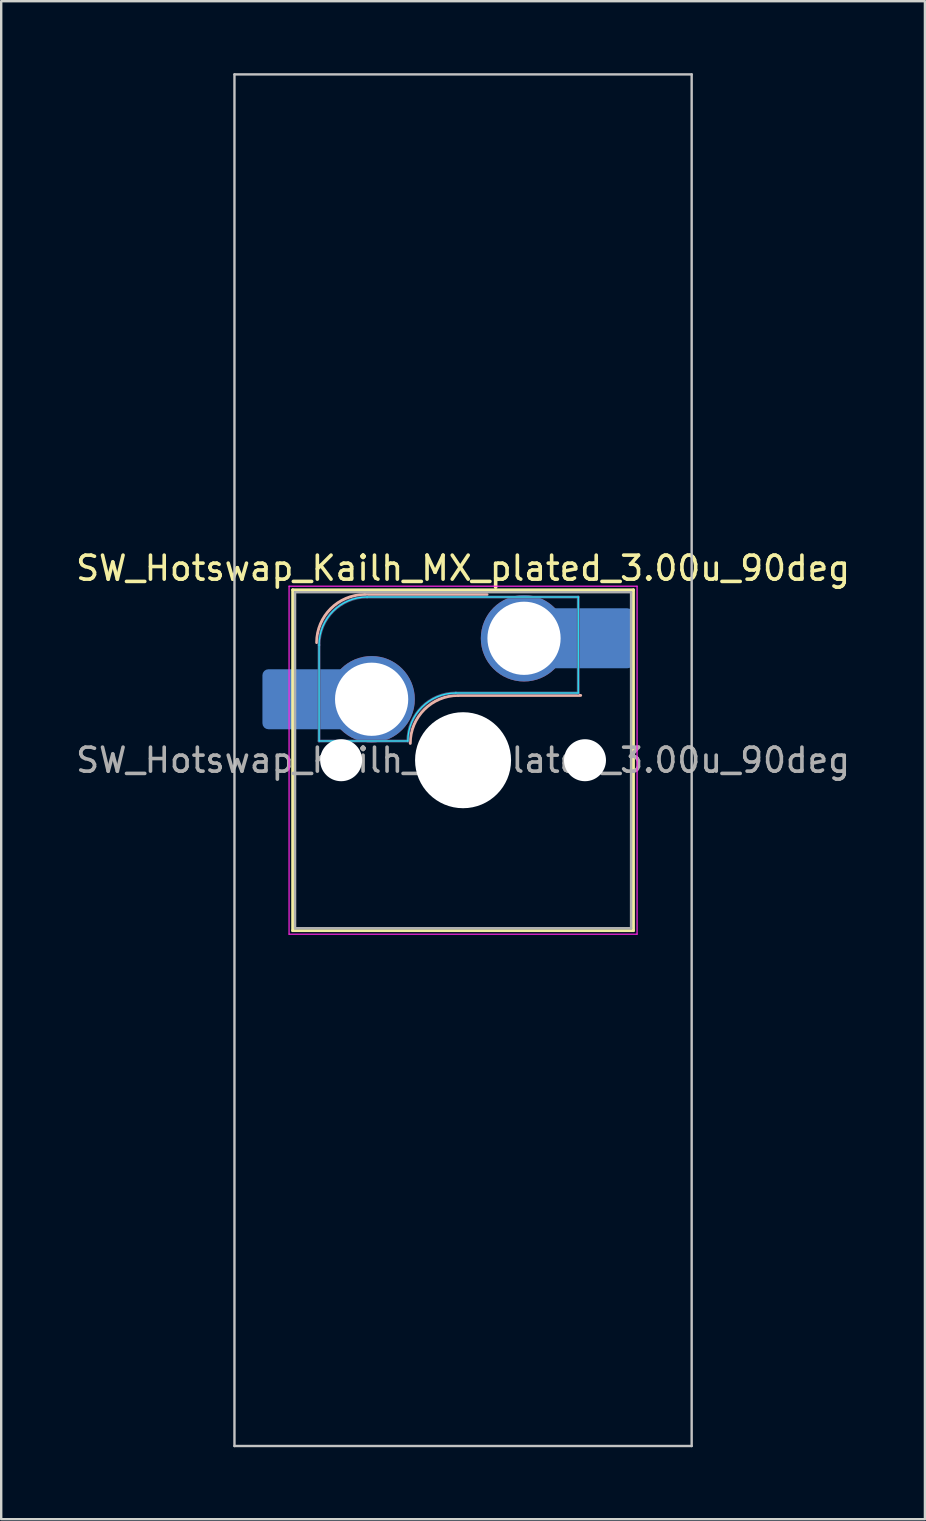
<source format=kicad_pcb>
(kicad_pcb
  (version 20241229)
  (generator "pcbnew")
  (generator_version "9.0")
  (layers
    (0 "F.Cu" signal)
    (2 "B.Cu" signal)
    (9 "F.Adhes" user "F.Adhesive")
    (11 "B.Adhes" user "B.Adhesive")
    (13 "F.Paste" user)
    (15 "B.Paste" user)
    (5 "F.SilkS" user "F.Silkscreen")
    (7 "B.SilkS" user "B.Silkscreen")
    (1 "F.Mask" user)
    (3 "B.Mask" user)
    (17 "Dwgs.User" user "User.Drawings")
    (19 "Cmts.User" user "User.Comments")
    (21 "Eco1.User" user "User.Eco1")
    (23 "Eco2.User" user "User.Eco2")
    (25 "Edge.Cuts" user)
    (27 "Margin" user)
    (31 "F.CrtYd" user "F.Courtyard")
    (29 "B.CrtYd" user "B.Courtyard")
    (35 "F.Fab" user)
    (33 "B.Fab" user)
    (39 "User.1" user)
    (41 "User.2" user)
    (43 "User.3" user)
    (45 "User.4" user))
  (footprint "SW_Hotswap_Kailh_MX_plated_3.00u_90deg"
    (layer "F.Cu")
    (at 16.244 28.625)
    (property "Reference" "SW_Hotswap_Kailh_MX_plated_3.00u_90deg" (at 0 -8 0) (layer "F.SilkS") (effects (font (size 1 1) (thickness 0.15))))
    (attr smd)
    (fp_line (start -7.1 -7.1) (end -7.1 7.1) (stroke (width 0.12) (type solid)) (layer "F.SilkS"))
    (fp_line (start -7.1 7.1) (end 7.1 7.1) (stroke (width 0.12) (type solid)) (layer "F.SilkS"))
    (fp_line (start 7.1 -7.1) (end -7.1 -7.1) (stroke (width 0.12) (type solid)) (layer "F.SilkS"))
    (fp_line (start 7.1 7.1) (end 7.1 -7.1) (stroke (width 0.12) (type solid)) (layer "F.SilkS"))
    (fp_line (start -4.1 -6.9) (end 1 -6.9) (stroke (width 0.12) (type solid)) (layer "B.SilkS"))
    (fp_line (start -0.2 -2.7) (end 4.9 -2.7) (stroke (width 0.12) (type solid)) (layer "B.SilkS"))
    (fp_arc (start -6.1 -4.9) (mid -5.514214 -6.314214) (end -4.1 -6.9) (stroke (width 0.12) (type solid)) (layer "B.SilkS"))
    (fp_arc (start -2.2 -0.7) (mid -1.614214 -2.114214) (end -0.2 -2.7) (stroke (width 0.12) (type solid)) (layer "B.SilkS"))
    (fp_line (start -9.525 -28.575) (end 9.525 -28.575) (stroke (width 0.1) (type solid)) (layer "Dwgs.User"))
    (fp_line (start -9.525 28.575) (end -9.525 -28.575) (stroke (width 0.1) (type solid)) (layer "Dwgs.User"))
    (fp_line (start 9.525 -28.575) (end 9.525 28.575) (stroke (width 0.1) (type solid)) (layer "Dwgs.User"))
    (fp_line (start 9.525 28.575) (end -9.525 28.575) (stroke (width 0.1) (type solid)) (layer "Dwgs.User"))
    (fp_line (start -7.8 -6) (end -7 -6) (stroke (width 0.1) (type solid)) (layer "Eco1.User"))
    (fp_line (start -7.8 -2.9) (end -7.8 -6) (stroke (width 0.1) (type solid)) (layer "Eco1.User"))
    (fp_line (start -7.8 2.9) (end -7 2.9) (stroke (width 0.1) (type solid)) (layer "Eco1.User"))
    (fp_line (start -7.8 6) (end -7.8 2.9) (stroke (width 0.1) (type solid)) (layer "Eco1.User"))
    (fp_line (start -7 -7) (end 7 -7) (stroke (width 0.1) (type solid)) (layer "Eco1.User"))
    (fp_line (start -7 -6) (end -7 -7) (stroke (width 0.1) (type solid)) (layer "Eco1.User"))
    (fp_line (start -7 -2.9) (end -7.8 -2.9) (stroke (width 0.1) (type solid)) (layer "Eco1.User"))
    (fp_line (start -7 2.9) (end -7 -2.9) (stroke (width 0.1) (type solid)) (layer "Eco1.User"))
    (fp_line (start -7 6) (end -7.8 6) (stroke (width 0.1) (type solid)) (layer "Eco1.User"))
    (fp_line (start -7 7) (end -7 6) (stroke (width 0.1) (type solid)) (layer "Eco1.User"))
    (fp_line (start 7 -7) (end 7 -6) (stroke (width 0.1) (type solid)) (layer "Eco1.User"))
    (fp_line (start 7 -6) (end 7.8 -6) (stroke (width 0.1) (type solid)) (layer "Eco1.User"))
    (fp_line (start 7 -2.9) (end 7 2.9) (stroke (width 0.1) (type solid)) (layer "Eco1.User"))
    (fp_line (start 7 2.9) (end 7.8 2.9) (stroke (width 0.1) (type solid)) (layer "Eco1.User"))
    (fp_line (start 7 6) (end 7 7) (stroke (width 0.1) (type solid)) (layer "Eco1.User"))
    (fp_line (start 7 7) (end -7 7) (stroke (width 0.1) (type solid)) (layer "Eco1.User"))
    (fp_line (start 7.8 -6) (end 7.8 -2.9) (stroke (width 0.1) (type solid)) (layer "Eco1.User"))
    (fp_line (start 7.8 -2.9) (end 7 -2.9) (stroke (width 0.1) (type solid)) (layer "Eco1.User"))
    (fp_line (start 7.8 2.9) (end 7.8 6) (stroke (width 0.1) (type solid)) (layer "Eco1.User"))
    (fp_line (start 7.8 6) (end 7 6) (stroke (width 0.1) (type solid)) (layer "Eco1.User"))
    (fp_line (start -6 -0.8) (end -6 -4.8) (stroke (width 0.05) (type solid)) (layer "B.CrtYd"))
    (fp_line (start -6 -0.8) (end -2.3 -0.8) (stroke (width 0.05) (type solid)) (layer "B.CrtYd"))
    (fp_line (start -4 -6.8) (end 4.8 -6.8) (stroke (width 0.05) (type solid)) (layer "B.CrtYd"))
    (fp_line (start -0.3 -2.8) (end 4.8 -2.8) (stroke (width 0.05) (type solid)) (layer "B.CrtYd"))
    (fp_line (start 4.8 -6.8) (end 4.8 -2.8) (stroke (width 0.05) (type solid)) (layer "B.CrtYd"))
    (fp_arc (start -6 -4.8) (mid -5.414214 -6.214214) (end -4 -6.8) (stroke (width 0.05) (type solid)) (layer "B.CrtYd"))
    (fp_arc (start -2.3 -0.8) (mid -1.714214 -2.214214) (end -0.3 -2.8) (stroke (width 0.05) (type solid)) (layer "B.CrtYd"))
    (fp_line (start -7.25 -7.25) (end -7.25 7.25) (stroke (width 0.05) (type solid)) (layer "F.CrtYd"))
    (fp_line (start -7.25 7.25) (end 7.25 7.25) (stroke (width 0.05) (type solid)) (layer "F.CrtYd"))
    (fp_line (start 7.25 -7.25) (end -7.25 -7.25) (stroke (width 0.05) (type solid)) (layer "F.CrtYd"))
    (fp_line (start 7.25 7.25) (end 7.25 -7.25) (stroke (width 0.05) (type solid)) (layer "F.CrtYd"))
    (fp_line (start -6 -0.8) (end -6 -4.8) (stroke (width 0.12) (type solid)) (layer "B.Fab"))
    (fp_line (start -6 -0.8) (end -2.3 -0.8) (stroke (width 0.12) (type solid)) (layer "B.Fab"))
    (fp_line (start -4 -6.8) (end 4.8 -6.8) (stroke (width 0.12) (type solid)) (layer "B.Fab"))
    (fp_line (start -0.3 -2.8) (end 4.8 -2.8) (stroke (width 0.12) (type solid)) (layer "B.Fab"))
    (fp_line (start 4.8 -6.8) (end 4.8 -2.8) (stroke (width 0.12) (type solid)) (layer "B.Fab"))
    (fp_arc (start -6 -4.8) (mid -5.414214 -6.214214) (end -4 -6.8) (stroke (width 0.12) (type solid)) (layer "B.Fab"))
    (fp_arc (start -2.3 -0.8) (mid -1.714214 -2.214214) (end -0.3 -2.8) (stroke (width 0.12) (type solid)) (layer "B.Fab"))
    (fp_line (start -7 -7) (end -7 7) (stroke (width 0.1) (type solid)) (layer "F.Fab"))
    (fp_line (start -7 7) (end 7 7) (stroke (width 0.1) (type solid)) (layer "F.Fab"))
    (fp_line (start 7 -7) (end -7 -7) (stroke (width 0.1) (type solid)) (layer "F.Fab"))
    (fp_line (start 7 7) (end 7 -7) (stroke (width 0.1) (type solid)) (layer "F.Fab"))
    (fp_text user "${REFERENCE}" (at 0 0 0) (layer "F.Fab") (effects (font (size 1 1) (thickness 0.15))))
    (pad "" smd roundrect (at -7.085 -2.54) (size 2.55 2.5) (layers "B.Mask" "B.Paste") (roundrect_rratio 0.1))
    (pad "" np_thru_hole circle (at -5.08 0) (size 1.75 1.75) (drill 1.75) (layers "*.Cu" "*.Mask"))
    (pad "" smd circle (at -3.81 -2.54) (size 3.1 3.1) (layers "F.Mask"))
    (pad "" np_thru_hole circle (at 0 0) (size 4 4) (drill 4) (layers "*.Cu" "*.Mask"))
    (pad "" smd circle (at 2.54 -5.08) (size 3.1 3.1) (layers "F.Mask"))
    (pad "" np_thru_hole circle (at 5.08 0) (size 1.75 1.75) (drill 1.75) (layers "*.Cu" "*.Mask"))
    (pad "" smd roundrect (at 5.842 -5.08) (size 2.55 2.5) (layers "B.Mask" "B.Paste") (roundrect_rratio 0.1))
    (pad "1" smd roundrect (at -6.585 -2.54) (size 3.55 2.5) (layers "B.Cu") (roundrect_rratio 0.1))
    (pad "1" thru_hole circle (at -3.81 -2.54) (size 3.6 3.6) (drill 3.05) (layers "*.Cu" "B.Mask"))
    (pad "2" thru_hole circle (at 2.54 -5.08) (size 3.6 3.6) (drill 3.05) (layers "*.Cu" "B.Mask"))
    (pad "2" smd roundrect (at 5.32 -5.08) (size 3.55 2.5) (layers "B.Cu") (roundrect_rratio 0.1)))
  (gr_rect
    (start -3 -3)
    (end 35.488 60.25)
    (stroke (width 0.1) (type default))
    (fill no)
    (layer "Edge.Cuts")))
</source>
